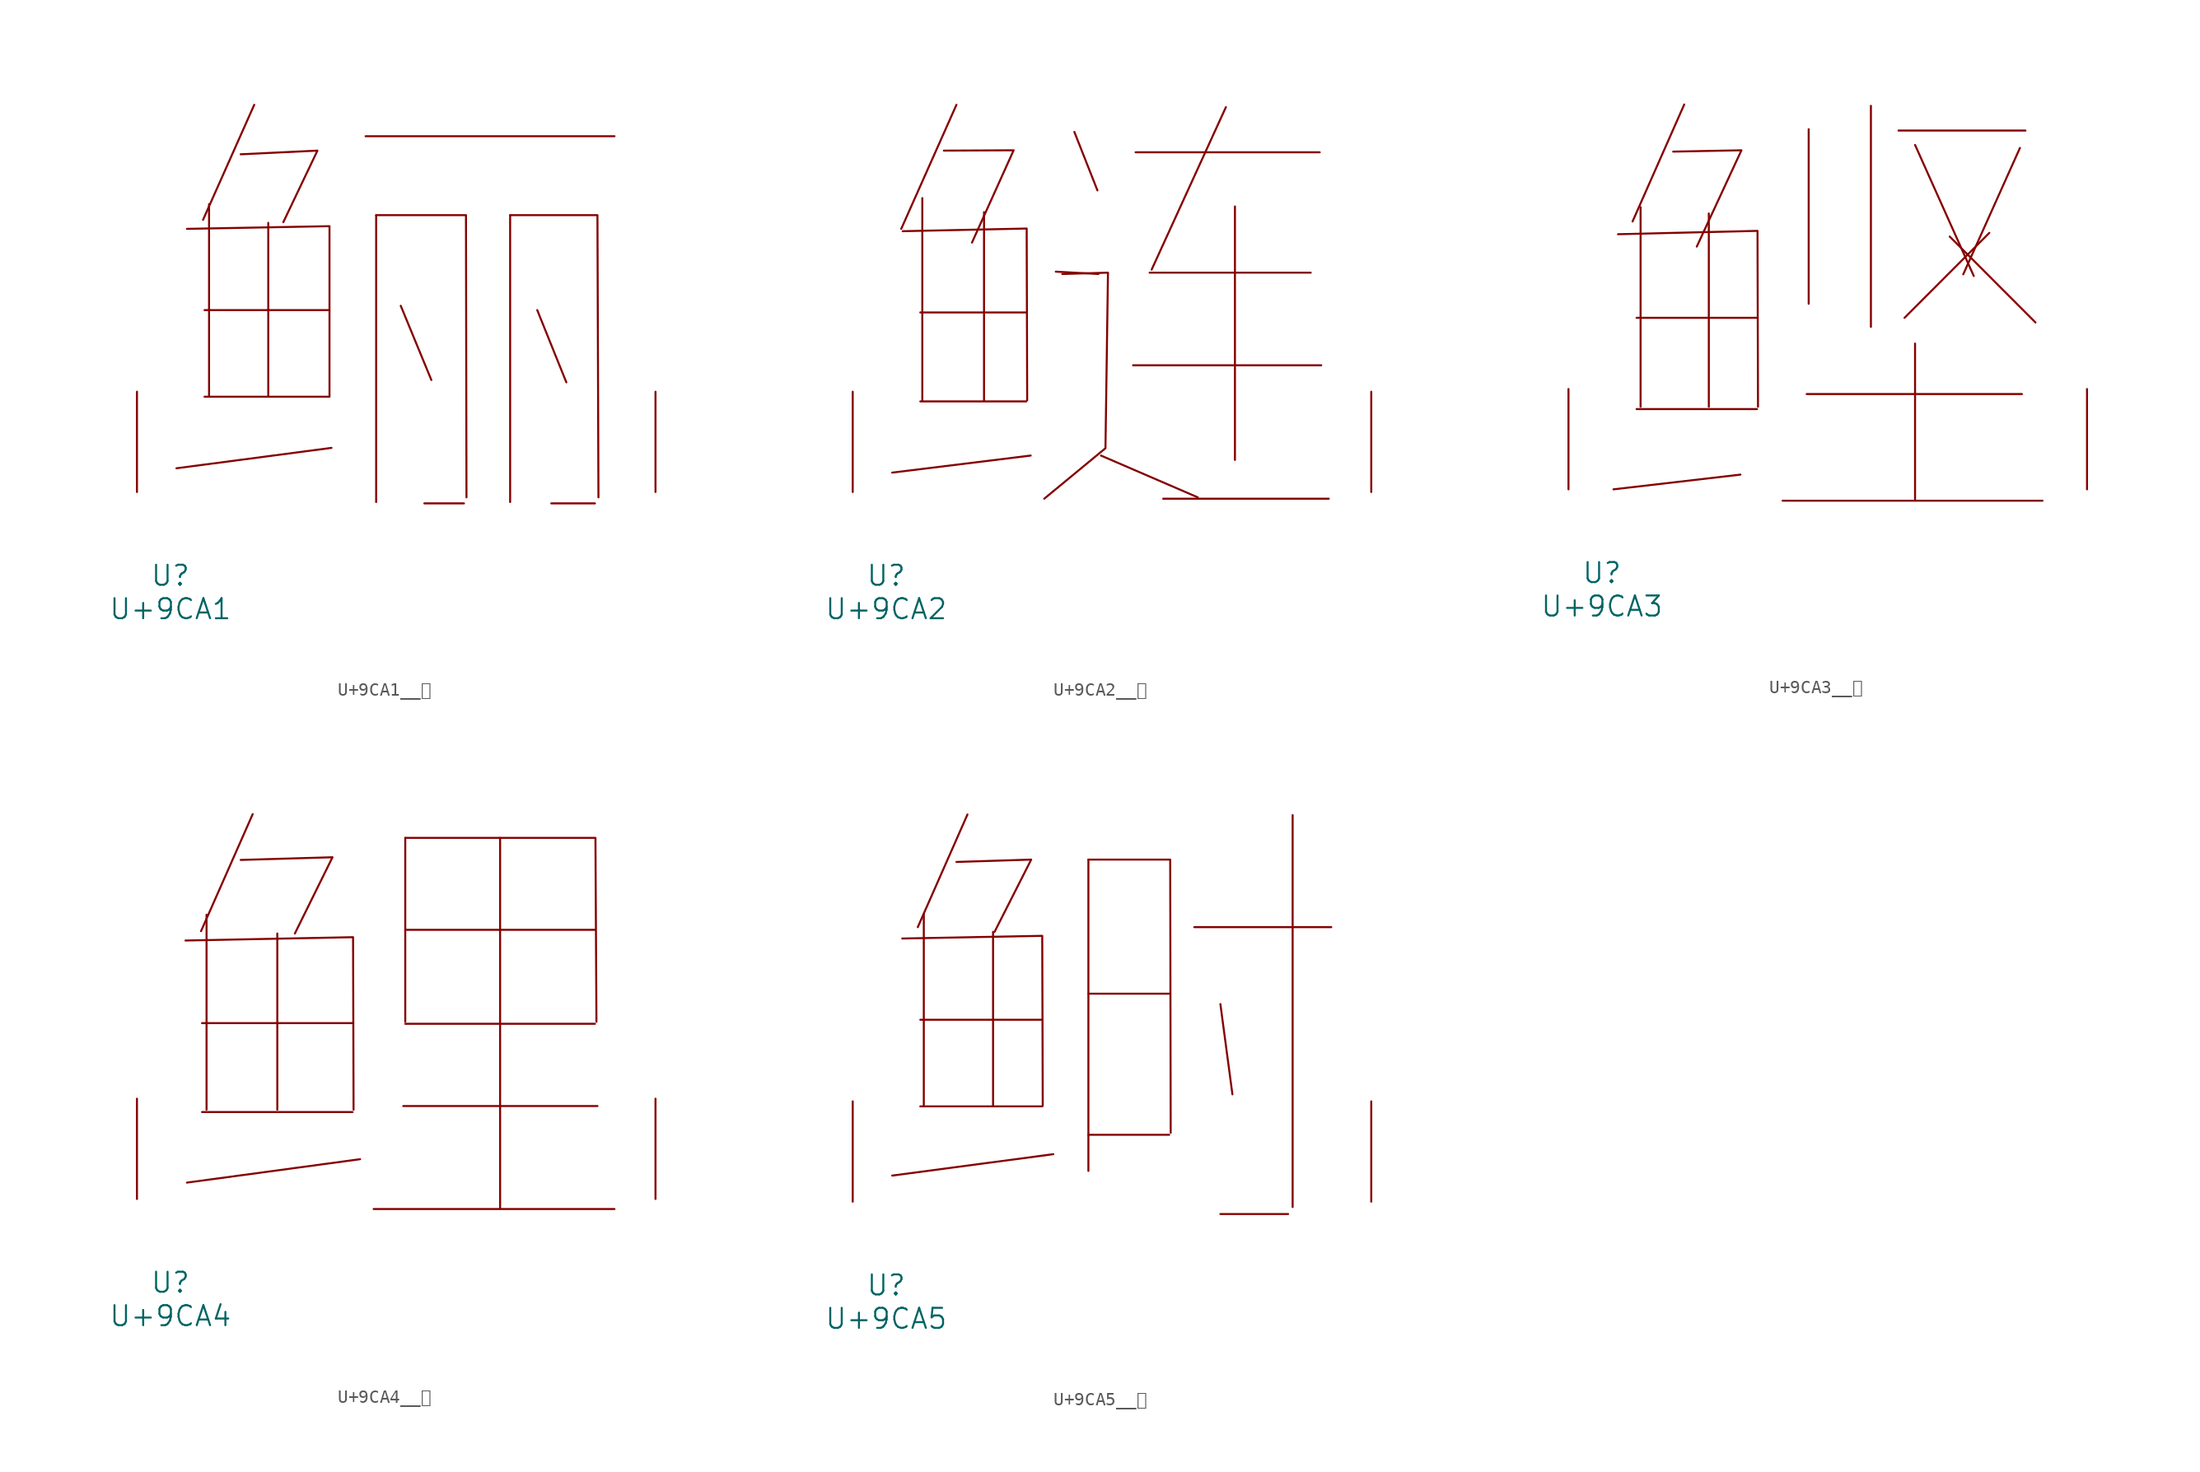
<source format=kicad_sym>
(kicad_symbol_lib
  (version 20231120)
  (generator "kicad_symbol_editor")
  (generator_version "8.0")
  (symbol "U+9CA1__鲡"
    (pin_names
      (offset 1.016))
    (property "Reference" "U"
      (at 0 -6.35 0)
      (effects (font (size 1.524 1.524))))
    (property "Value" "U+9CA1"
      (at 0 -8.89 0)
      (effects (font (size 1.524 1.524))))
    (symbol "U+9CA1__鲡_0_1"
      (polyline (pts (xy 2.591 7.239) (xy 12.078 7.239)) (stroke (width 0) (type solid)) (fill (type none)))
      (polyline (pts (xy 2.591 13.818) (xy 12.078 13.818)) (stroke (width 0) (type solid)) (fill (type none)))
      (polyline (pts (xy 2.934 21.869) (xy 2.934 7.29)) (stroke (width 0) (type solid)) (fill (type none)))
      (polyline (pts (xy 6.363 29.413) (xy 2.477 20.676)) (stroke (width 0) (type solid)) (fill (type none)))
      (polyline (pts (xy 7.429 20.447) (xy 7.429 7.29)) (stroke (width 0) (type solid)) (fill (type none)))
      (polyline (pts (xy 12.23 3.353) (xy 0.457 1.803)) (stroke (width 0) (type solid)) (fill (type none)))
      (polyline (pts (xy 14.821 27.026) (xy 33.718 27.026)) (stroke (width 0) (type solid)) (fill (type none)))
      (polyline (pts (xy 15.621 21.031) (xy 15.621 -0.762)) (stroke (width 0) (type solid)) (fill (type none)))
      (polyline (pts (xy 17.488 14.148) (xy 19.812 8.509)) (stroke (width 0) (type solid)) (fill (type none)))
      (polyline (pts (xy 19.279 -0.864) (xy 22.288 -0.864)) (stroke (width 0) (type solid)) (fill (type none)))
      (polyline (pts (xy 25.794 21.031) (xy 25.794 -0.762)) (stroke (width 0) (type solid)) (fill (type none)))
      (polyline (pts (xy 27.851 13.818) (xy 30.061 8.331)) (stroke (width 0) (type solid)) (fill (type none)))
      (polyline (pts (xy 28.918 -0.864) (xy 32.233 -0.864)) (stroke (width 0) (type solid)) (fill (type none)))
      (polyline (pts (xy 1.257 19.99) (xy 12.078 20.193) (xy 12.078 7.29)) (stroke (width 0) (type solid)) (fill (type none)))
      (polyline (pts (xy 5.334 25.654) (xy 11.163 25.933) (xy 8.572 20.498)) (stroke (width 0) (type solid)) (fill (type none)))
      (polyline (pts (xy 15.621 21.031) (xy 22.441 21.031) (xy 22.479 -0.406)) (stroke (width 0) (type solid)) (fill (type none)))
      (polyline (pts (xy 25.794 21.031) (xy 32.423 21.031) (xy 32.499 -0.406)) (stroke (width 0) (type solid)) (fill (type none)))
      (pin input line (at -2.54 0 90) (length 7.62) (name "~" (effects (font (size 1.27 1.27)))) (number "~" (effects (font (size 1.27 1.27)))))
      (pin input line (at 36.83 0 90) (length 7.62) (name "~" (effects (font (size 1.27 1.27)))) (number "~" (effects (font (size 1.27 1.27)))))))
  (symbol "U+9CA2__鲢"
    (pin_names
      (offset 1.016))
    (property "Reference" "U"
      (at 0 -6.35 0)
      (effects (font (size 1.524 1.524))))
    (property "Value" "U+9CA2"
      (at 0 -8.89 0)
      (effects (font (size 1.524 1.524))))
    (symbol "U+9CA2__鲢_0_1"
      (polyline (pts (xy 2.591 6.883) (xy 10.63 6.883)) (stroke (width 0) (type solid)) (fill (type none)))
      (polyline (pts (xy 2.591 13.64) (xy 10.63 13.64)) (stroke (width 0) (type solid)) (fill (type none)))
      (polyline (pts (xy 2.743 22.327) (xy 2.743 6.96)) (stroke (width 0) (type solid)) (fill (type none)))
      (polyline (pts (xy 5.334 29.413) (xy 1.143 19.99)) (stroke (width 0) (type solid)) (fill (type none)))
      (polyline (pts (xy 7.429 21.26) (xy 7.429 6.96)) (stroke (width 0) (type solid)) (fill (type none)))
      (polyline (pts (xy 10.973 2.769) (xy 0.457 1.473)) (stroke (width 0) (type solid)) (fill (type none)))
      (polyline (pts (xy 14.287 27.356) (xy 16.04 22.911)) (stroke (width 0) (type solid)) (fill (type none)))
      (polyline (pts (xy 16.116 16.561) (xy 12.878 16.739)) (stroke (width 0) (type solid)) (fill (type none)))
      (polyline (pts (xy 16.307 2.769) (xy 23.66 -0.406)) (stroke (width 0) (type solid)) (fill (type none)))
      (polyline (pts (xy 18.745 9.627) (xy 33.033 9.627)) (stroke (width 0) (type solid)) (fill (type none)))
      (polyline (pts (xy 18.936 25.806) (xy 32.918 25.806)) (stroke (width 0) (type solid)) (fill (type none)))
      (polyline (pts (xy 20.003 16.662) (xy 32.233 16.662)) (stroke (width 0) (type solid)) (fill (type none)))
      (polyline (pts (xy 21.031 -0.508) (xy 33.604 -0.508)) (stroke (width 0) (type solid)) (fill (type none)))
      (polyline (pts (xy 25.794 29.235) (xy 20.155 16.891)) (stroke (width 0) (type solid)) (fill (type none)))
      (polyline (pts (xy 26.48 21.692) (xy 26.48 2.438)) (stroke (width 0) (type solid)) (fill (type none)))
      (polyline (pts (xy 1.257 19.812) (xy 10.668 20.015) (xy 10.706 6.96)) (stroke (width 0) (type solid)) (fill (type none)))
      (polyline (pts (xy 4.381 25.933) (xy 9.677 25.959) (xy 6.515 18.948)) (stroke (width 0) (type solid)) (fill (type none)))
      (polyline (pts (xy 13.373 16.561) (xy 16.84 16.662) (xy 16.65 3.327) (xy 12.002 -0.508)) (stroke (width 0) (type solid)) (fill (type none)))
      (pin input line (at -2.54 0 90) (length 7.62) (name "~" (effects (font (size 1.27 1.27)))) (number "~" (effects (font (size 1.27 1.27)))))
      (pin input line (at 36.83 0 90) (length 7.62) (name "~" (effects (font (size 1.27 1.27)))) (number "~" (effects (font (size 1.27 1.27)))))))
  (symbol "U+9CA3__鲣"
    (pin_names
      (offset 1.016))
    (property "Reference" "U"
      (at 0 -6.35 0)
      (effects (font (size 1.524 1.524))))
    (property "Value" "U+9CA3"
      (at 0 -8.89 0)
      (effects (font (size 1.524 1.524))))
    (symbol "U+9CA3__鲣_0_1"
      (polyline (pts (xy 2.629 6.096) (xy 11.773 6.096)) (stroke (width 0) (type solid)) (fill (type none)))
      (polyline (pts (xy 2.629 13.03) (xy 11.773 13.03)) (stroke (width 0) (type solid)) (fill (type none)))
      (polyline (pts (xy 2.934 21.438) (xy 2.934 6.274)) (stroke (width 0) (type solid)) (fill (type none)))
      (polyline (pts (xy 6.248 29.235) (xy 2.324 20.345)) (stroke (width 0) (type solid)) (fill (type none)))
      (polyline (pts (xy 8.115 20.955) (xy 8.115 6.274)) (stroke (width 0) (type solid)) (fill (type none)))
      (polyline (pts (xy 10.516 1.118) (xy 0.876 0)) (stroke (width 0) (type solid)) (fill (type none)))
      (polyline (pts (xy 13.716 -0.864) (xy 33.452 -0.864)) (stroke (width 0) (type solid)) (fill (type none)))
      (polyline (pts (xy 15.545 7.239) (xy 31.89 7.239)) (stroke (width 0) (type solid)) (fill (type none)))
      (polyline (pts (xy 15.697 27.356) (xy 15.697 14.097)) (stroke (width 0) (type solid)) (fill (type none)))
      (polyline (pts (xy 20.422 29.134) (xy 20.422 12.344)) (stroke (width 0) (type solid)) (fill (type none)))
      (polyline (pts (xy 22.517 27.254) (xy 32.156 27.254)) (stroke (width 0) (type solid)) (fill (type none)))
      (polyline (pts (xy 23.774 11.074) (xy 23.774 -0.762)) (stroke (width 0) (type solid)) (fill (type none)))
      (polyline (pts (xy 23.774 26.162) (xy 28.232 16.205)) (stroke (width 0) (type solid)) (fill (type none)))
      (polyline (pts (xy 26.403 19.202) (xy 32.918 12.675)) (stroke (width 0) (type solid)) (fill (type none)))
      (polyline (pts (xy 29.413 19.482) (xy 22.974 13.03)) (stroke (width 0) (type solid)) (fill (type none)))
      (polyline (pts (xy 31.737 25.933) (xy 27.432 16.332)) (stroke (width 0) (type solid)) (fill (type none)))
      (polyline (pts (xy 1.219 19.38) (xy 11.811 19.634) (xy 11.849 6.274)) (stroke (width 0) (type solid)) (fill (type none)))
      (polyline (pts (xy 5.41 25.654) (xy 10.592 25.756) (xy 7.201 18.44)) (stroke (width 0) (type solid)) (fill (type none)))
      (pin input line (at -2.54 0 90) (length 7.62) (name "~" (effects (font (size 1.27 1.27)))) (number "~" (effects (font (size 1.27 1.27)))))
      (pin input line (at 36.83 0 90) (length 7.62) (name "~" (effects (font (size 1.27 1.27)))) (number "~" (effects (font (size 1.27 1.27)))))))
  (symbol "U+9CA4__鲤"
    (pin_names
      (offset 1.016))
    (property "Reference" "U"
      (at 0 -6.35 0)
      (effects (font (size 1.524 1.524))))
    (property "Value" "U+9CA4"
      (at 0 -8.89 0)
      (effects (font (size 1.524 1.524))))
    (symbol "U+9CA4__鲤_0_1"
      (polyline (pts (xy 2.4 6.604) (xy 13.83 6.604)) (stroke (width 0) (type solid)) (fill (type none)))
      (polyline (pts (xy 2.4 13.36) (xy 13.83 13.36)) (stroke (width 0) (type solid)) (fill (type none)))
      (polyline (pts (xy 2.743 21.59) (xy 2.743 6.782)) (stroke (width 0) (type solid)) (fill (type none)))
      (polyline (pts (xy 6.248 29.235) (xy 2.324 20.345)) (stroke (width 0) (type solid)) (fill (type none)))
      (polyline (pts (xy 8.115 20.168) (xy 8.115 6.782)) (stroke (width 0) (type solid)) (fill (type none)))
      (polyline (pts (xy 14.402 3.023) (xy 1.257 1.245)) (stroke (width 0) (type solid)) (fill (type none)))
      (polyline (pts (xy 15.431 -0.762) (xy 33.718 -0.762)) (stroke (width 0) (type solid)) (fill (type none)))
      (polyline (pts (xy 17.678 7.061) (xy 32.423 7.061)) (stroke (width 0) (type solid)) (fill (type none)))
      (polyline (pts (xy 17.831 13.31) (xy 32.233 13.31)) (stroke (width 0) (type solid)) (fill (type none)))
      (polyline (pts (xy 17.831 20.447) (xy 32.233 20.447)) (stroke (width 0) (type solid)) (fill (type none)))
      (polyline (pts (xy 17.831 27.432) (xy 17.831 13.462)) (stroke (width 0) (type solid)) (fill (type none)))
      (polyline (pts (xy 25.032 27.432) (xy 25.032 -0.686)) (stroke (width 0) (type solid)) (fill (type none)))
      (polyline (pts (xy 1.143 19.634) (xy 13.868 19.888) (xy 13.906 6.782)) (stroke (width 0) (type solid)) (fill (type none)))
      (polyline (pts (xy 5.334 25.756) (xy 12.306 25.959) (xy 9.449 20.168)) (stroke (width 0) (type solid)) (fill (type none)))
      (polyline (pts (xy 17.831 27.432) (xy 32.271 27.432) (xy 32.347 13.462)) (stroke (width 0) (type solid)) (fill (type none)))
      (pin input line (at -2.54 0 90) (length 7.62) (name "~" (effects (font (size 1.27 1.27)))) (number "~" (effects (font (size 1.27 1.27)))))
      (pin input line (at 36.83 0 90) (length 7.62) (name "~" (effects (font (size 1.27 1.27)))) (number "~" (effects (font (size 1.27 1.27)))))))
  (symbol "U+9CA5__鲥"
    (pin_names
      (offset 1.016))
    (property "Reference" "U"
      (at 0 -6.35 0)
      (effects (font (size 1.524 1.524))))
    (property "Value" "U+9CA5"
      (at 0 -8.89 0)
      (effects (font (size 1.524 1.524))))
    (symbol "U+9CA5__鲥_0_1"
      (polyline (pts (xy 2.591 7.239) (xy 11.849 7.239)) (stroke (width 0) (type solid)) (fill (type none)))
      (polyline (pts (xy 2.591 13.818) (xy 11.849 13.818)) (stroke (width 0) (type solid)) (fill (type none)))
      (polyline (pts (xy 2.857 21.869) (xy 2.857 7.29)) (stroke (width 0) (type solid)) (fill (type none)))
      (polyline (pts (xy 6.172 29.413) (xy 2.4 20.853)) (stroke (width 0) (type solid)) (fill (type none)))
      (polyline (pts (xy 8.115 20.498) (xy 8.115 7.29)) (stroke (width 0) (type solid)) (fill (type none)))
      (polyline (pts (xy 12.687 3.607) (xy 0.457 1.981)) (stroke (width 0) (type solid)) (fill (type none)))
      (polyline (pts (xy 15.354 5.08) (xy 21.488 5.08)) (stroke (width 0) (type solid)) (fill (type none)))
      (polyline (pts (xy 15.354 15.799) (xy 21.488 15.799)) (stroke (width 0) (type solid)) (fill (type none)))
      (polyline (pts (xy 15.354 25.984) (xy 15.354 2.337)) (stroke (width 0) (type solid)) (fill (type none)))
      (polyline (pts (xy 23.393 20.853) (xy 33.795 20.853)) (stroke (width 0) (type solid)) (fill (type none)))
      (polyline (pts (xy 25.375 -0.94) (xy 30.518 -0.94)) (stroke (width 0) (type solid)) (fill (type none)))
      (polyline (pts (xy 25.375 15.011) (xy 26.289 8.153)) (stroke (width 0) (type solid)) (fill (type none)))
      (polyline (pts (xy 30.861 29.362) (xy 30.861 -0.406)) (stroke (width 0) (type solid)) (fill (type none)))
      (polyline (pts (xy 1.219 19.99) (xy 11.849 20.193) (xy 11.887 7.29)) (stroke (width 0) (type solid)) (fill (type none)))
      (polyline (pts (xy 5.334 25.806) (xy 11.011 25.984) (xy 8.23 20.498)) (stroke (width 0) (type solid)) (fill (type none)))
      (polyline (pts (xy 15.354 25.984) (xy 21.565 25.984) (xy 21.603 5.232)) (stroke (width 0) (type solid)) (fill (type none)))
      (pin input line (at -2.54 0 90) (length 7.62) (name "~" (effects (font (size 1.27 1.27)))) (number "~" (effects (font (size 1.27 1.27)))))
      (pin input line (at 36.83 0 90) (length 7.62) (name "~" (effects (font (size 1.27 1.27)))) (number "~" (effects (font (size 1.27 1.27))))))))
</source>
